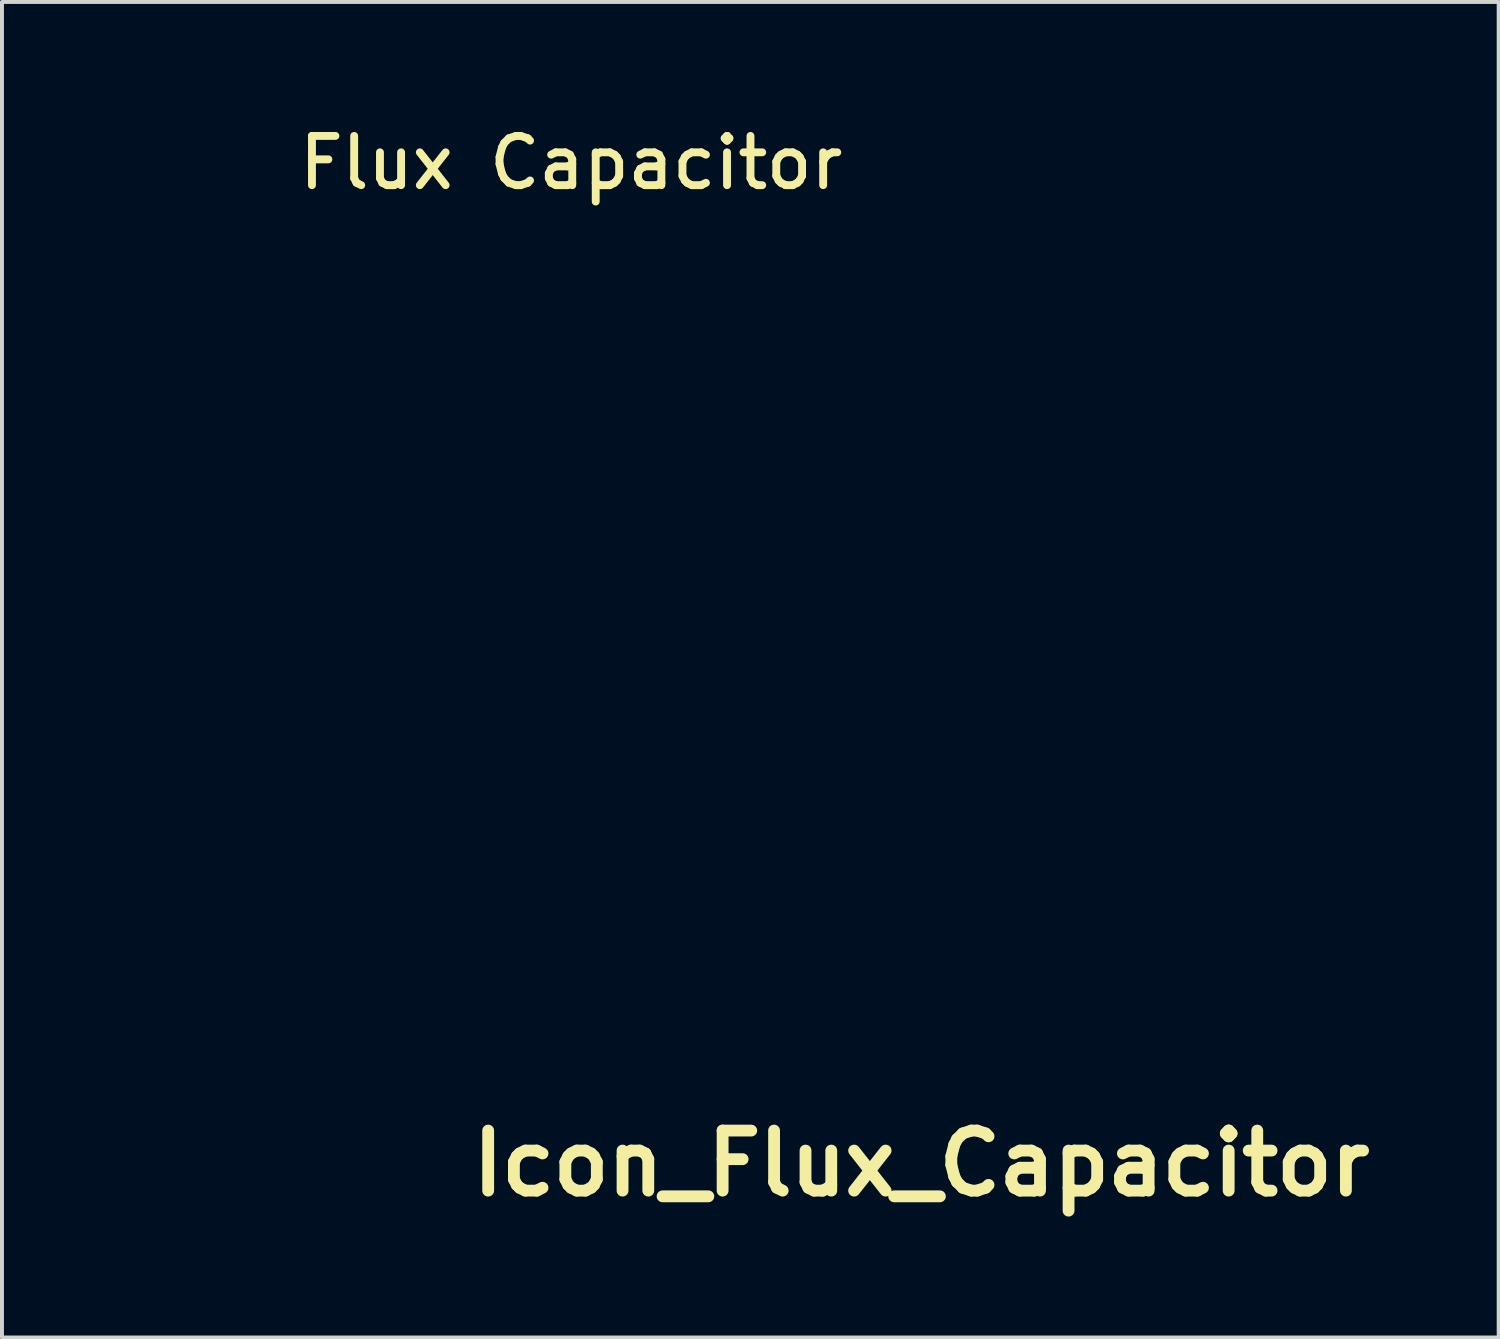
<source format=kicad_pcb>
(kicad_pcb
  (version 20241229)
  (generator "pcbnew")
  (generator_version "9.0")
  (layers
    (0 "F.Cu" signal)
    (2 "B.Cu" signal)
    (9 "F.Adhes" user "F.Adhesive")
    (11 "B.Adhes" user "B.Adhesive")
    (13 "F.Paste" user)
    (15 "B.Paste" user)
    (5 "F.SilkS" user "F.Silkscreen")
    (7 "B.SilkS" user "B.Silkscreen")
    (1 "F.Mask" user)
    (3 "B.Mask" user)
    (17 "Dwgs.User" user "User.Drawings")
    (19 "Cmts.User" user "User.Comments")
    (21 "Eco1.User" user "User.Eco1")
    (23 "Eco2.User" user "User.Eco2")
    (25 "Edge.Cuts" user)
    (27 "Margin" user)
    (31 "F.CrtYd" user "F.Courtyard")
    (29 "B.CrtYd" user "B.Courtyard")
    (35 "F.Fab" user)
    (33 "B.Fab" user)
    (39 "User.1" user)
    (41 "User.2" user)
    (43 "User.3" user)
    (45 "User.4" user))
  (footprint "Icon_Flux_Capacitor"
    (layer "F.Cu")
    (at 11.446 13.782)
    (property "Reference" "Icon_Flux_Capacitor" (at 8.89 12.7 0) (layer "F.SilkS") (effects (font (size 1.524 1.524) (thickness 0.3))))
    (attr through_hole)
    (fp_poly (pts (xy -4.292 -7.766) (xy -3.814 -7.594) (xy -3.36 -7.327) (xy -2.988 -7.011) (xy -2.631 -6.579) (xy -2.369 -6.097) (xy -2.204 -5.579) (xy -2.142 -5.039) (xy -2.184 -4.49) (xy -2.263 -4.157) (xy -2.346 -3.883) (xy -1.406 -2.932) (xy -1.103 -2.624) (xy -0.869 -2.381) (xy -0.696 -2.192) (xy -0.572 -2.045) (xy -0.488 -1.928) (xy -0.434 -1.829) (xy -0.399 -1.735) (xy -0.394 -1.717) (xy -0.355 -1.381) (xy -0.421 -1.063) (xy -0.581 -0.783) (xy -0.829 -0.556) (xy -0.961 -0.48) (xy -1.239 -0.372) (xy -1.494 -0.347) (xy -1.775 -0.402) (xy -1.79 -0.407) (xy -1.896 -0.462) (xy -2.056 -0.582) (xy -2.275 -0.772) (xy -2.558 -1.034) (xy -2.91 -1.375) (xy -2.939 -1.404) (xy -3.891 -2.341) (xy -4.167 -2.259) (xy -4.702 -2.151) (xy -5.229 -2.147) (xy -5.737 -2.237) (xy -6.214 -2.414) (xy -6.651 -2.668) (xy -7.038 -2.992) (xy -7.364 -3.378) (xy -7.618 -3.818) (xy -7.791 -4.302) (xy -7.872 -4.823) (xy -7.869 -5.197) (xy -7.869 -5.199) (xy -7.137 -5.199) (xy -7.128 -4.742) (xy -7.107 -4.617) (xy -6.965 -4.163) (xy -6.732 -3.757) (xy -6.421 -3.411) (xy -6.046 -3.14) (xy -5.62 -2.957) (xy -5.424 -2.908) (xy -5.216 -2.87) (xy -5.063 -2.855) (xy -4.913 -2.861) (xy -4.732 -2.883) (xy -4.469 -2.919) (xy -5.198 -3.653) (xy -5.455 -3.919) (xy -5.678 -4.162) (xy -5.855 -4.369) (xy -5.973 -4.524) (xy -6.012 -4.593) (xy -6.092 -4.908) (xy -6.085 -5.011) (xy -5.371 -5.011) (xy -5.332 -4.946) (xy -5.222 -4.813) (xy -5.051 -4.622) (xy -4.827 -4.381) (xy -4.561 -4.101) (xy -4.261 -3.79) (xy -3.936 -3.458) (xy -3.597 -3.114) (xy -3.253 -2.769) (xy -2.913 -2.431) (xy -2.586 -2.11) (xy -2.282 -1.814) (xy -2.01 -1.555) (xy -1.78 -1.341) (xy -1.601 -1.181) (xy -1.482 -1.085) (xy -1.437 -1.061) (xy -1.331 -1.098) (xy -1.209 -1.189) (xy -1.2 -1.198) (xy -1.106 -1.319) (xy -1.063 -1.428) (xy -1.063 -1.434) (xy -1.102 -1.498) (xy -1.212 -1.63) (xy -1.385 -1.821) (xy -1.61 -2.06) (xy -1.878 -2.339) (xy -2.181 -2.648) (xy -2.507 -2.977) (xy -2.848 -3.319) (xy -3.195 -3.662) (xy -3.537 -3.998) (xy -3.866 -4.317) (xy -4.172 -4.61) (xy -4.446 -4.868) (xy -4.677 -5.081) (xy -4.858 -5.24) (xy -4.977 -5.335) (xy -5.022 -5.359) (xy -5.175 -5.31) (xy -5.303 -5.191) (xy -5.369 -5.04) (xy -5.371 -5.011) (xy -6.085 -5.011) (xy -6.073 -5.213) (xy -5.97 -5.492) (xy -5.796 -5.733) (xy -5.567 -5.92) (xy -5.295 -6.041) (xy -4.995 -6.082) (xy -4.68 -6.028) (xy -4.603 -5.999) (xy -4.491 -5.929) (xy -4.317 -5.791) (xy -4.096 -5.598) (xy -3.843 -5.363) (xy -3.66 -5.185) (xy -2.923 -4.457) (xy -2.887 -4.755) (xy -2.883 -5.215) (xy -2.981 -5.657) (xy -3.171 -6.065) (xy -3.441 -6.427) (xy -3.783 -6.728) (xy -4.184 -6.955) (xy -4.627 -7.092) (xy -5.089 -7.129) (xy -5.531 -7.066) (xy -5.942 -6.914) (xy -6.31 -6.683) (xy -6.624 -6.386) (xy -6.874 -6.032) (xy -7.049 -5.632) (xy -7.137 -5.199) (xy -7.869 -5.199) (xy -7.778 -5.742) (xy -7.598 -6.235) (xy -7.34 -6.67) (xy -7.015 -7.044) (xy -6.635 -7.352) (xy -6.21 -7.591) (xy -5.752 -7.756) (xy -5.272 -7.843) (xy -4.782 -7.848) (xy -4.292 -7.766)) (stroke (width 0.01) (type solid)) (fill no) (layer "Eco2.User"))
    (fp_poly (pts (xy 5.45 -7.832) (xy 5.943 -7.707) (xy 6.403 -7.496) (xy 6.82 -7.21) (xy 7.182 -6.858) (xy 7.479 -6.447) (xy 7.701 -5.988) (xy 7.837 -5.49) (xy 7.877 -4.961) (xy 7.871 -4.826) (xy 7.781 -4.279) (xy 7.596 -3.776) (xy 7.329 -3.327) (xy 6.99 -2.938) (xy 6.589 -2.617) (xy 6.138 -2.372) (xy 5.648 -2.209) (xy 5.129 -2.138) (xy 4.593 -2.164) (xy 4.167 -2.259) (xy 3.891 -2.341) (xy 2.939 -1.405) (xy 2.617 -1.091) (xy 2.362 -0.849) (xy 2.163 -0.67) (xy 2.008 -0.543) (xy 1.887 -0.46) (xy 1.789 -0.412) (xy 1.756 -0.401) (xy 1.489 -0.346) (xy 1.264 -0.357) (xy 1.091 -0.409) (xy 0.812 -0.553) (xy 0.609 -0.75) (xy 0.478 -0.965) (xy 0.378 -1.199) (xy 0.342 -1.396) (xy 0.346 -1.434) (xy 1.063 -1.434) (xy 1.101 -1.329) (xy 1.192 -1.206) (xy 1.2 -1.198) (xy 1.322 -1.104) (xy 1.431 -1.061) (xy 1.437 -1.061) (xy 1.496 -1.099) (xy 1.627 -1.21) (xy 1.821 -1.387) (xy 2.071 -1.622) (xy 2.37 -1.908) (xy 2.71 -2.238) (xy 3.084 -2.606) (xy 3.454 -2.974) (xy 3.939 -3.459) (xy 4.346 -3.871) (xy 4.68 -4.214) (xy 4.944 -4.491) (xy 5.142 -4.705) (xy 5.276 -4.862) (xy 5.351 -4.964) (xy 5.371 -5.011) (xy 5.322 -5.163) (xy 5.202 -5.292) (xy 5.051 -5.357) (xy 5.022 -5.359) (xy 4.957 -5.321) (xy 4.824 -5.211) (xy 4.632 -5.04) (xy 4.391 -4.817) (xy 4.11 -4.551) (xy 3.798 -4.251) (xy 3.465 -3.928) (xy 3.121 -3.589) (xy 2.775 -3.246) (xy 2.436 -2.906) (xy 2.114 -2.58) (xy 1.818 -2.277) (xy 1.558 -2.006) (xy 1.344 -1.776) (xy 1.183 -1.597) (xy 1.087 -1.479) (xy 1.063 -1.434) (xy 0.346 -1.434) (xy 0.365 -1.608) (xy 0.402 -1.752) (xy 0.44 -1.844) (xy 0.509 -1.955) (xy 0.618 -2.095) (xy 0.776 -2.276) (xy 0.994 -2.508) (xy 1.279 -2.802) (xy 1.414 -2.938) (xy 2.358 -3.895) (xy 2.275 -4.141) (xy 2.156 -4.656) (xy 2.146 -4.995) (xy 2.872 -4.995) (xy 2.887 -4.755) (xy 2.923 -4.457) (xy 3.66 -5.185) (xy 3.926 -5.442) (xy 4.171 -5.665) (xy 4.378 -5.842) (xy 4.534 -5.96) (xy 4.603 -5.999) (xy 4.919 -6.078) (xy 5.224 -6.059) (xy 5.504 -5.956) (xy 5.745 -5.784) (xy 5.933 -5.555) (xy 6.055 -5.283) (xy 6.095 -4.984) (xy 6.041 -4.669) (xy 6.013 -4.593) (xy 5.942 -4.481) (xy 5.804 -4.308) (xy 5.61 -4.087) (xy 5.374 -3.834) (xy 5.194 -3.649) (xy 4.461 -2.911) (xy 4.65 -2.885) (xy 4.92 -2.873) (xy 5.234 -2.893) (xy 5.537 -2.941) (xy 5.719 -2.991) (xy 6.151 -3.198) (xy 6.513 -3.483) (xy 6.799 -3.83) (xy 7.004 -4.227) (xy 7.12 -4.658) (xy 7.143 -5.109) (xy 7.066 -5.566) (xy 6.941 -5.899) (xy 6.694 -6.302) (xy 6.376 -6.631) (xy 6 -6.881) (xy 5.584 -7.046) (xy 5.141 -7.122) (xy 4.689 -7.103) (xy 4.242 -6.984) (xy 4.005 -6.875) (xy 3.625 -6.611) (xy 3.312 -6.272) (xy 3.076 -5.878) (xy 2.926 -5.445) (xy 2.872 -4.995) (xy 2.146 -4.995) (xy 2.141 -5.171) (xy 2.223 -5.674) (xy 2.395 -6.155) (xy 2.65 -6.599) (xy 2.981 -6.997) (xy 3.381 -7.334) (xy 3.843 -7.601) (xy 4.36 -7.783) (xy 4.406 -7.794) (xy 4.934 -7.865) (xy 5.45 -7.832)) (stroke (width 0.01) (type solid)) (fill no) (layer "Eco2.User"))
    (fp_poly (pts (xy 0.22 -0.326) (xy 0.514 -0.219) (xy 0.767 -0.031) (xy 0.952 0.224) (xy 0.987 0.302) (xy 1.015 0.389) (xy 1.034 0.5) (xy 1.048 0.651) (xy 1.057 0.858) (xy 1.061 1.137) (xy 1.063 1.502) (xy 1.063 1.745) (xy 1.063 3.048) (xy 1.301 3.164) (xy 1.689 3.408) (xy 2.054 3.736) (xy 2.372 4.123) (xy 2.619 4.542) (xy 2.716 4.773) (xy 2.789 5.065) (xy 2.832 5.421) (xy 2.845 5.798) (xy 2.825 6.154) (xy 2.772 6.448) (xy 2.771 6.454) (xy 2.568 6.97) (xy 2.28 7.435) (xy 1.918 7.835) (xy 1.494 8.157) (xy 1.021 8.39) (xy 0.895 8.433) (xy 0.349 8.552) (xy -0.194 8.571) (xy -0.711 8.489) (xy -0.722 8.486) (xy -1.103 8.36) (xy -1.433 8.194) (xy -1.749 7.966) (xy -1.994 7.747) (xy -2.362 7.324) (xy -2.628 6.854) (xy -2.791 6.339) (xy -2.853 5.779) (xy -2.853 5.722) (xy -2.853 5.721) (xy -2.098 5.721) (xy -2.094 5.996) (xy -2.079 6.195) (xy -2.046 6.354) (xy -1.99 6.508) (xy -1.949 6.597) (xy -1.696 7.008) (xy -1.363 7.35) (xy -0.963 7.611) (xy -0.513 7.78) (xy -0.448 7.795) (xy -0.202 7.843) (xy -0.016 7.862) (xy 0.159 7.853) (xy 0.372 7.816) (xy 0.403 7.809) (xy 0.861 7.659) (xy 1.274 7.415) (xy 1.625 7.091) (xy 1.897 6.7) (xy 1.949 6.597) (xy 2.02 6.432) (xy 2.065 6.28) (xy 2.088 6.106) (xy 2.097 5.874) (xy 2.098 5.721) (xy 2.095 5.454) (xy 2.082 5.263) (xy 2.051 5.111) (xy 1.995 4.96) (xy 1.917 4.794) (xy 1.805 4.604) (xy 1.659 4.402) (xy 1.497 4.21) (xy 1.339 4.049) (xy 1.204 3.941) (xy 1.121 3.908) (xy 1.098 3.963) (xy 1.08 4.128) (xy 1.069 4.401) (xy 1.063 4.779) (xy 1.063 4.942) (xy 1.061 5.357) (xy 1.052 5.677) (xy 1.031 5.919) (xy 0.997 6.103) (xy 0.943 6.243) (xy 0.867 6.358) (xy 0.764 6.466) (xy 0.708 6.516) (xy 0.418 6.704) (xy 0.107 6.789) (xy -0.207 6.773) (xy -0.508 6.657) (xy -0.778 6.444) (xy -0.875 6.331) (xy -1.035 6.122) (xy -1.052 5.015) (xy -1.06 4.677) (xy -1.071 4.381) (xy -1.084 4.143) (xy -1.098 3.98) (xy -1.114 3.909) (xy -1.116 3.908) (xy -1.214 3.951) (xy -1.353 4.066) (xy -1.513 4.231) (xy -1.674 4.423) (xy -1.817 4.622) (xy -1.914 4.789) (xy -2 4.971) (xy -2.054 5.121) (xy -2.083 5.275) (xy -2.096 5.47) (xy -2.098 5.721) (xy -2.853 5.721) (xy -2.841 5.453) (xy -2.81 5.183) (xy -2.765 4.968) (xy -2.764 4.965) (xy -2.571 4.478) (xy -2.297 4.028) (xy -1.959 3.635) (xy -1.572 3.321) (xy -1.375 3.205) (xy -1.063 3.042) (xy -1.063 2.775) (xy -0.336 2.775) (xy -0.336 3.203) (xy -0.335 3.83) (xy -0.334 4.354) (xy -0.332 4.785) (xy -0.327 5.133) (xy -0.319 5.407) (xy -0.307 5.616) (xy -0.29 5.771) (xy -0.268 5.879) (xy -0.24 5.952) (xy -0.205 5.997) (xy -0.163 6.025) (xy -0.113 6.045) (xy -0.112 6.046) (xy 0.052 6.052) (xy 0.212 5.981) (xy 0.266 5.929) (xy 0.283 5.881) (xy 0.297 5.781) (xy 0.309 5.62) (xy 0.318 5.391) (xy 0.325 5.085) (xy 0.331 4.696) (xy 0.334 4.216) (xy 0.335 3.637) (xy 0.336 3.203) (xy 0.336 2.571) (xy 0.335 2.041) (xy 0.333 1.605) (xy 0.327 1.253) (xy 0.318 0.977) (xy 0.304 0.767) (xy 0.283 0.614) (xy 0.255 0.509) (xy 0.219 0.444) (xy 0.174 0.408) (xy 0.118 0.393) (xy 0.051 0.391) (xy 0 0.391) (xy -0.075 0.391) (xy -0.139 0.397) (xy -0.191 0.417) (xy -0.233 0.462) (xy -0.266 0.54) (xy -0.291 0.66) (xy -0.309 0.832) (xy -0.322 1.063) (xy -0.329 1.365) (xy -0.334 1.744) (xy -0.335 2.211) (xy -0.336 2.775) (xy -1.063 2.775) (xy -1.063 1.739) (xy -1.062 1.281) (xy -1.056 0.92) (xy -1.042 0.641) (xy -1.017 0.428) (xy -0.979 0.267) (xy -0.923 0.143) (xy -0.847 0.04) (xy -0.748 -0.056) (xy -0.682 -0.111) (xy -0.4 -0.277) (xy -0.092 -0.347) (xy 0.22 -0.326)) (stroke (width 0.01) (type solid)) (fill no) (layer "Eco2.User"))
    (fp_poly (pts (xy 9.511 -11.282) (xy 9.907 -11.113) (xy 10.237 -10.913) (xy 10.551 -10.653) (xy 10.592 -10.614) (xy 10.912 -10.242) (xy 11.179 -9.805) (xy 11.336 -9.434) (xy 11.35 -9.391) (xy 11.362 -9.342) (xy 11.373 -9.282) (xy 11.384 -9.205) (xy 11.393 -9.107) (xy 11.401 -8.982) (xy 11.408 -8.824) (xy 11.414 -8.629) (xy 11.419 -8.392) (xy 11.424 -8.107) (xy 11.428 -7.769) (xy 11.431 -7.373) (xy 11.434 -6.914) (xy 11.436 -6.386) (xy 11.438 -5.784) (xy 11.439 -5.103) (xy 11.44 -4.338) (xy 11.441 -3.484) (xy 11.441 -2.535) (xy 11.441 -1.486) (xy 11.441 -0.333) (xy 11.441 0) (xy 11.441 9.127) (xy 11.308 9.49) (xy 11.055 10.024) (xy 10.72 10.483) (xy 10.304 10.866) (xy 9.809 11.169) (xy 9.517 11.296) (xy 9.203 11.416) (xy 0.14 11.423) (xy -0.86 11.424) (xy -1.832 11.424) (xy -2.768 11.424) (xy -3.662 11.424) (xy -4.51 11.423) (xy -5.304 11.422) (xy -6.039 11.421) (xy -6.708 11.42) (xy -7.307 11.418) (xy -7.828 11.417) (xy -8.266 11.415) (xy -8.614 11.413) (xy -8.867 11.41) (xy -9.019 11.408) (xy -9.063 11.406) (xy -9.584 11.262) (xy -10.068 11.02) (xy -10.503 10.693) (xy -10.875 10.29) (xy -11.17 9.825) (xy -11.336 9.434) (xy -11.35 9.391) (xy -11.362 9.342) (xy -11.373 9.282) (xy -11.384 9.205) (xy -11.393 9.107) (xy -11.401 8.982) (xy -11.408 8.824) (xy -11.414 8.629) (xy -11.419 8.392) (xy -11.424 8.107) (xy -11.428 7.769) (xy -11.431 7.373) (xy -11.434 6.914) (xy -11.436 6.386) (xy -11.438 5.784) (xy -11.439 5.103) (xy -11.44 4.338) (xy -11.441 3.484) (xy -11.441 2.535) (xy -11.441 1.486) (xy -11.441 0.333) (xy -11.441 0) (xy -11.441 -1.183) (xy -11.441 -2.26) (xy -11.441 -3.18) (xy -10.015 -3.18) (xy -10.015 -2.197) (xy -10.015 -1.113) (xy -10.015 0) (xy -10.015 1.185) (xy -10.015 2.263) (xy -10.015 3.241) (xy -10.015 4.122) (xy -10.014 4.912) (xy -10.013 5.617) (xy -10.01 6.241) (xy -10.006 6.79) (xy -10.001 7.269) (xy -9.994 7.683) (xy -9.985 8.037) (xy -9.974 8.337) (xy -9.961 8.588) (xy -9.945 8.794) (xy -9.926 8.962) (xy -9.904 9.096) (xy -9.879 9.202) (xy -9.85 9.284) (xy -9.817 9.348) (xy -9.781 9.4) (xy -9.74 9.444) (xy -9.695 9.485) (xy -9.645 9.529) (xy -9.595 9.576) (xy -9.546 9.629) (xy -9.503 9.677) (xy -9.463 9.72) (xy -9.42 9.76) (xy -9.368 9.795) (xy -9.304 9.826) (xy -9.22 9.854) (xy -9.113 9.878) (xy -8.977 9.899) (xy -8.806 9.917) (xy -8.596 9.933) (xy -8.342 9.945) (xy -8.037 9.956) (xy -7.678 9.965) (xy -7.258 9.971) (xy -6.773 9.976) (xy -6.218 9.98) (xy -5.586 9.983) (xy -4.874 9.984) (xy -4.075 9.985) (xy -3.184 9.985) (xy -2.198 9.986) (xy -1.109 9.986) (xy 0 9.986) (xy 1.2 9.986) (xy 2.292 9.986) (xy 3.282 9.985) (xy 4.175 9.984) (xy 4.974 9.983) (xy 5.686 9.981) (xy 6.314 9.978) (xy 6.864 9.975) (xy 7.34 9.972) (xy 7.747 9.967) (xy 8.09 9.963) (xy 8.373 9.957) (xy 8.601 9.951) (xy 8.78 9.943) (xy 8.914 9.935) (xy 9.007 9.927) (xy 9.064 9.917) (xy 9.078 9.913) (xy 9.417 9.734) (xy 9.701 9.466) (xy 9.831 9.279) (xy 9.987 9.016) (xy 10.001 0.114) (xy 10.003 -1.078) (xy 10.005 -2.164) (xy 10.007 -3.149) (xy 10.008 -4.038) (xy 10.009 -4.835) (xy 10.009 -5.547) (xy 10.007 -6.178) (xy 10.004 -6.734) (xy 10 -7.219) (xy 9.994 -7.639) (xy 9.986 -7.999) (xy 9.976 -8.304) (xy 9.963 -8.56) (xy 9.947 -8.771) (xy 9.929 -8.943) (xy 9.908 -9.08) (xy 9.883 -9.189) (xy 9.855 -9.274) (xy 9.823 -9.34) (xy 9.788 -9.392) (xy 9.748 -9.436) (xy 9.704 -9.477) (xy 9.655 -9.52) (xy 9.601 -9.571) (xy 9.598 -9.574) (xy 9.546 -9.628) (xy 9.503 -9.677) (xy 9.461 -9.722) (xy 9.417 -9.762) (xy 9.365 -9.798) (xy 9.299 -9.831) (xy 9.215 -9.859) (xy 9.107 -9.884) (xy 8.97 -9.906) (xy 8.799 -9.924) (xy 8.589 -9.94) (xy 8.334 -9.953) (xy 8.029 -9.964) (xy 7.669 -9.973) (xy 7.249 -9.98) (xy 6.764 -9.985) (xy 6.208 -9.988) (xy 5.576 -9.991) (xy 4.864 -9.992) (xy 4.065 -9.993) (xy 3.174 -9.993) (xy 2.187 -9.993) (xy 1.098 -9.993) (xy 0 -9.993) (xy -1.187 -9.993) (xy -2.267 -9.993) (xy -3.246 -9.993) (xy -4.128 -9.993) (xy -4.919 -9.992) (xy -5.625 -9.991) (xy -6.25 -9.988) (xy -6.799 -9.984) (xy -7.279 -9.979) (xy -7.693 -9.972) (xy -8.048 -9.963) (xy -8.348 -9.952) (xy -8.599 -9.939) (xy -8.805 -9.922) (xy -8.973 -9.903) (xy -9.107 -9.881) (xy -9.213 -9.856) (xy -9.296 -9.827) (xy -9.36 -9.794) (xy -9.412 -9.758) (xy -9.456 -9.717) (xy -9.497 -9.671) (xy -9.542 -9.621) (xy -9.591 -9.569) (xy -9.645 -9.518) (xy -9.695 -9.474) (xy -9.741 -9.432) (xy -9.781 -9.388) (xy -9.818 -9.336) (xy -9.851 -9.27) (xy -9.879 -9.187) (xy -9.905 -9.08) (xy -9.927 -8.944) (xy -9.945 -8.774) (xy -9.961 -8.565) (xy -9.975 -8.312) (xy -9.986 -8.01) (xy -9.995 -7.652) (xy -10.001 -7.235) (xy -10.007 -6.752) (xy -10.01 -6.199) (xy -10.013 -5.571) (xy -10.014 -4.862) (xy -10.015 -4.066) (xy -10.015 -3.18) (xy -11.441 -3.18) (xy -11.441 -3.236) (xy -11.44 -4.115) (xy -11.439 -4.904) (xy -11.438 -5.607) (xy -11.437 -6.23) (xy -11.435 -6.777) (xy -11.432 -7.255) (xy -11.429 -7.668) (xy -11.425 -8.021) (xy -11.421 -8.32) (xy -11.415 -8.569) (xy -11.409 -8.775) (xy -11.403 -8.942) (xy -11.395 -9.076) (xy -11.386 -9.181) (xy -11.376 -9.263) (xy -11.365 -9.327) (xy -11.353 -9.379) (xy -11.34 -9.423) (xy -11.336 -9.434) (xy -11.102 -9.952) (xy -10.777 -10.413) (xy -10.374 -10.805) (xy -9.904 -11.117) (xy -9.455 -11.312) (xy -9.412 -11.325) (xy -9.363 -11.337) (xy -9.302 -11.349) (xy -9.225 -11.359) (xy -9.125 -11.368) (xy -8.999 -11.376) (xy -8.84 -11.383) (xy -8.644 -11.389) (xy -8.405 -11.394) (xy -8.119 -11.399) (xy -7.779 -11.403) (xy -7.38 -11.406) (xy -6.918 -11.409) (xy -6.387 -11.411) (xy -5.783 -11.413) (xy -5.098 -11.414) (xy -4.33 -11.415) (xy -3.471 -11.415) (xy -2.518 -11.416) (xy -1.465 -11.416) (xy -0.306 -11.416) (xy 0 -11.416) (xy 9.147 -11.416) (xy 9.511 -11.282)) (stroke (width 0.01) (type solid)) (fill no) (layer "Eco2.User"))
    (fp_text user "Flux Capacitor" (at 0 -12.7 0) (layer "F.SilkS") (effects (font (size 1.25 1.25) (thickness 0.2)))))
  (gr_rect
    (start -3 -3)
    (end 34.991 30.9)
    (stroke (width 0.1) (type default))
    (fill no)
    (layer "Edge.Cuts")))
</source>
